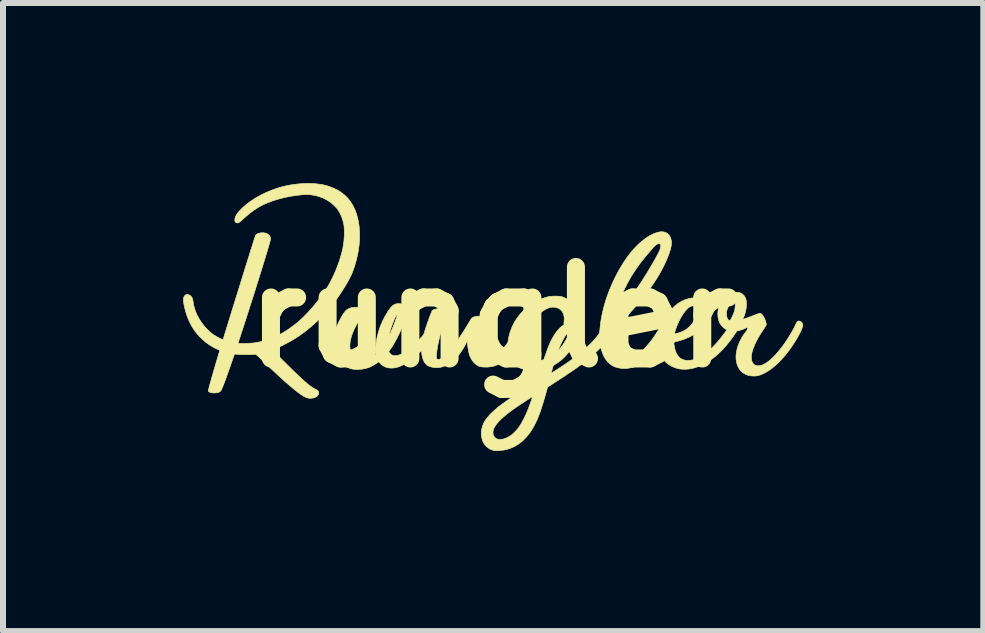
<source format=kicad_pcb>
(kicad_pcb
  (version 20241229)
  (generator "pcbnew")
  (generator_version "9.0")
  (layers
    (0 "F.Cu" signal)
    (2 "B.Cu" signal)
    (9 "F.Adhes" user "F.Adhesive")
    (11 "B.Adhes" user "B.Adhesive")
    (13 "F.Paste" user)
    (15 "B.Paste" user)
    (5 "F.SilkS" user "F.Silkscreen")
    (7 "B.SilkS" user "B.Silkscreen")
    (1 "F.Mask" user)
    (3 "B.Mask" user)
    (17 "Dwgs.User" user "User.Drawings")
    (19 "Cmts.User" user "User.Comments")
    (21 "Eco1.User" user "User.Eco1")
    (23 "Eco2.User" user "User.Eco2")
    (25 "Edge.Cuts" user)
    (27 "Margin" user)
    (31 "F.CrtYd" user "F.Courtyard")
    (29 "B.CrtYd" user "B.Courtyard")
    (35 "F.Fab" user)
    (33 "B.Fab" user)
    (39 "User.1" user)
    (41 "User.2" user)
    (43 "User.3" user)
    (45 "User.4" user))
  (footprint "rungler"
    (layer "F.Cu")
    (at 5.165 2.232)
    (property "Reference" "rungler" (at 0 0 0) (layer "F.SilkS") (effects (font (size 1.524 1.524) (thickness 0.3))))
    (attr through_hole)
    (fp_poly (pts (xy -3.006 -2.225) (xy -2.927 -2.218) (xy -2.853 -2.208) (xy -2.785 -2.192) (xy -2.742 -2.18) (xy -2.665 -2.15) (xy -2.594 -2.116) (xy -2.531 -2.076) (xy -2.473 -2.032) (xy -2.423 -1.982) (xy -2.378 -1.926) (xy -2.34 -1.865) (xy -2.329 -1.845) (xy -2.294 -1.768) (xy -2.267 -1.686) (xy -2.246 -1.599) (xy -2.232 -1.508) (xy -2.225 -1.413) (xy -2.225 -1.313) (xy -2.232 -1.209) (xy -2.242 -1.13) (xy -2.252 -1.072) (xy -2.265 -1.011) (xy -2.28 -0.948) (xy -2.297 -0.886) (xy -2.316 -0.825) (xy -2.336 -0.769) (xy -2.356 -0.719) (xy -2.364 -0.701) (xy -2.385 -0.658) (xy -2.41 -0.61) (xy -2.44 -0.558) (xy -2.472 -0.504) (xy -2.507 -0.449) (xy -2.542 -0.394) (xy -2.578 -0.341) (xy -2.614 -0.291) (xy -2.641 -0.254) (xy -2.729 -0.145) (xy -2.821 -0.042) (xy -2.917 0.055) (xy -3.016 0.146) (xy -3.118 0.23) (xy -3.222 0.306) (xy -3.319 0.369) (xy -3.367 0.398) (xy -3.42 0.426) (xy -3.474 0.454) (xy -3.527 0.481) (xy -3.579 0.505) (xy -3.627 0.525) (xy -3.648 0.534) (xy -3.661 0.539) (xy -3.671 0.544) (xy -3.675 0.547) (xy -3.672 0.551) (xy -3.663 0.56) (xy -3.65 0.574) (xy -3.632 0.592) (xy -3.611 0.614) (xy -3.586 0.638) (xy -3.559 0.666) (xy -3.53 0.695) (xy -3.499 0.726) (xy -3.467 0.757) (xy -3.435 0.789) (xy -3.403 0.82) (xy -3.372 0.851) (xy -3.343 0.88) (xy -3.315 0.907) (xy -3.29 0.931) (xy -3.268 0.952) (xy -3.249 0.97) (xy -3.249 0.97) (xy -3.204 1.012) (xy -3.164 1.049) (xy -3.128 1.081) (xy -3.097 1.108) (xy -3.069 1.131) (xy -3.044 1.15) (xy -3.021 1.166) (xy -3 1.179) (xy -2.98 1.191) (xy -2.97 1.196) (xy -2.952 1.205) (xy -2.935 1.215) (xy -2.923 1.224) (xy -2.919 1.228) (xy -2.911 1.237) (xy -2.907 1.247) (xy -2.906 1.26) (xy -2.906 1.264) (xy -2.908 1.281) (xy -2.914 1.296) (xy -2.925 1.31) (xy -2.938 1.322) (xy -2.96 1.335) (xy -2.988 1.345) (xy -3.018 1.351) (xy -3.05 1.353) (xy -3.074 1.351) (xy -3.095 1.346) (xy -3.116 1.339) (xy -3.138 1.329) (xy -3.162 1.316) (xy -3.189 1.299) (xy -3.219 1.278) (xy -3.253 1.253) (xy -3.292 1.222) (xy -3.33 1.192) (xy -3.366 1.161) (xy -3.409 1.125) (xy -3.456 1.084) (xy -3.507 1.038) (xy -3.562 0.988) (xy -3.62 0.934) (xy -3.681 0.878) (xy -3.743 0.819) (xy -3.807 0.757) (xy -3.846 0.72) (xy -3.874 0.693) (xy -3.897 0.671) (xy -3.915 0.654) (xy -3.929 0.641) (xy -3.94 0.632) (xy -3.948 0.625) (xy -3.954 0.622) (xy -3.958 0.62) (xy -3.963 0.62) (xy -3.967 0.62) (xy -3.981 0.622) (xy -4.003 0.623) (xy -4.03 0.624) (xy -4.061 0.625) (xy -4.094 0.625) (xy -4.127 0.625) (xy -4.16 0.625) (xy -4.19 0.625) (xy -4.216 0.624) (xy -4.235 0.623) (xy -4.257 0.621) (xy -4.276 0.619) (xy -4.291 0.617) (xy -4.3 0.616) (xy -4.302 0.616) (xy -4.305 0.616) (xy -4.309 0.621) (xy -4.314 0.632) (xy -4.32 0.648) (xy -4.326 0.663) (xy -4.331 0.68) (xy -4.339 0.702) (xy -4.349 0.73) (xy -4.36 0.762) (xy -4.372 0.797) (xy -4.384 0.832) (xy -4.392 0.855) (xy -4.417 0.925) (xy -4.439 0.987) (xy -4.458 1.041) (xy -4.476 1.088) (xy -4.492 1.128) (xy -4.505 1.162) (xy -4.517 1.189) (xy -4.527 1.211) (xy -4.536 1.226) (xy -4.543 1.236) (xy -4.543 1.237) (xy -4.558 1.247) (xy -4.578 1.256) (xy -4.603 1.261) (xy -4.63 1.264) (xy -4.658 1.264) (xy -4.685 1.262) (xy -4.709 1.256) (xy -4.729 1.248) (xy -4.74 1.24) (xy -4.743 1.236) (xy -4.744 1.232) (xy -4.745 1.226) (xy -4.743 1.216) (xy -4.74 1.202) (xy -4.735 1.181) (xy -4.733 1.175) (xy -4.726 1.146) (xy -4.716 1.11) (xy -4.704 1.068) (xy -4.691 1.021) (xy -4.677 0.971) (xy -4.662 0.919) (xy -4.646 0.865) (xy -4.63 0.811) (xy -4.615 0.758) (xy -4.6 0.708) (xy -4.599 0.707) (xy -4.589 0.673) (xy -4.58 0.642) (xy -4.572 0.614) (xy -4.565 0.591) (xy -4.559 0.572) (xy -4.556 0.561) (xy -4.555 0.556) (xy -4.559 0.552) (xy -4.568 0.547) (xy -4.575 0.544) (xy -4.587 0.539) (xy -4.604 0.531) (xy -4.624 0.522) (xy -4.644 0.512) (xy -4.714 0.472) (xy -4.782 0.424) (xy -4.845 0.37) (xy -4.905 0.311) (xy -4.958 0.247) (xy -5.005 0.178) (xy -5.014 0.164) (xy -5.031 0.133) (xy -5.05 0.096) (xy -5.069 0.056) (xy -5.086 0.015) (xy -5.101 -0.024) (xy -5.105 -0.036) (xy -5.117 -0.073) (xy -5.128 -0.113) (xy -5.138 -0.153) (xy -5.147 -0.192) (xy -5.154 -0.228) (xy -5.158 -0.261) (xy -5.16 -0.288) (xy -5.16 -0.293) (xy -5.157 -0.321) (xy -5.148 -0.343) (xy -5.135 -0.361) (xy -5.118 -0.372) (xy -5.098 -0.377) (xy -5.076 -0.374) (xy -5.054 -0.364) (xy -5.046 -0.359) (xy -5.026 -0.34) (xy -5.012 -0.316) (xy -5.003 -0.287) (xy -4.999 -0.262) (xy -4.989 -0.198) (xy -4.971 -0.133) (xy -4.946 -0.066) (xy -4.93 -0.031) (xy -4.894 0.035) (xy -4.852 0.098) (xy -4.806 0.158) (xy -4.755 0.212) (xy -4.702 0.261) (xy -4.663 0.291) (xy -4.648 0.301) (xy -4.628 0.312) (xy -4.607 0.325) (xy -4.585 0.337) (xy -4.563 0.348) (xy -4.542 0.359) (xy -4.524 0.367) (xy -4.511 0.372) (xy -4.502 0.375) (xy -4.5 0.374) (xy -4.498 0.369) (xy -4.494 0.357) (xy -4.488 0.34) (xy -4.482 0.32) (xy -4.48 0.313) (xy -4.465 0.263) (xy -4.447 0.206) (xy -4.427 0.142) (xy -4.406 0.071) (xy -4.382 -0.005) (xy -4.357 -0.086) (xy -4.331 -0.172) (xy -4.303 -0.261) (xy -4.274 -0.354) (xy -4.245 -0.449) (xy -4.214 -0.546) (xy -4.184 -0.645) (xy -4.153 -0.744) (xy -4.122 -0.844) (xy -4.091 -0.943) (xy -4.06 -1.041) (xy -4.03 -1.137) (xy -4 -1.232) (xy -3.99 -1.264) (xy -3.982 -1.29) (xy -3.974 -1.315) (xy -3.966 -1.336) (xy -3.961 -1.352) (xy -3.957 -1.361) (xy -3.956 -1.363) (xy -3.945 -1.376) (xy -3.927 -1.388) (xy -3.904 -1.396) (xy -3.877 -1.402) (xy -3.849 -1.405) (xy -3.821 -1.404) (xy -3.794 -1.399) (xy -3.771 -1.392) (xy -3.744 -1.376) (xy -3.725 -1.357) (xy -3.713 -1.333) (xy -3.709 -1.306) (xy -3.71 -1.291) (xy -3.712 -1.281) (xy -3.716 -1.264) (xy -3.723 -1.239) (xy -3.732 -1.207) (xy -3.743 -1.169) (xy -3.756 -1.125) (xy -3.77 -1.075) (xy -3.787 -1.021) (xy -3.805 -0.961) (xy -3.825 -0.897) (xy -3.846 -0.83) (xy -3.868 -0.758) (xy -3.891 -0.684) (xy -3.915 -0.607) (xy -3.94 -0.528) (xy -3.965 -0.447) (xy -3.991 -0.364) (xy -4.018 -0.281) (xy -4.045 -0.197) (xy -4.072 -0.112) (xy -4.099 -0.028) (xy -4.126 0.055) (xy -4.152 0.137) (xy -4.179 0.218) (xy -4.197 0.273) (xy -4.249 0.434) (xy -4.234 0.437) (xy -4.222 0.439) (xy -4.204 0.44) (xy -4.179 0.44) (xy -4.151 0.44) (xy -4.12 0.439) (xy -4.088 0.438) (xy -4.056 0.436) (xy -4.026 0.434) (xy -3.998 0.432) (xy -3.976 0.429) (xy -3.967 0.428) (xy -3.873 0.41) (xy -3.782 0.385) (xy -3.693 0.353) (xy -3.604 0.314) (xy -3.515 0.268) (xy -3.426 0.213) (xy -3.41 0.202) (xy -3.345 0.156) (xy -3.282 0.108) (xy -3.22 0.055) (xy -3.159 -0.002) (xy -3.097 -0.065) (xy -3.033 -0.134) (xy -2.978 -0.199) (xy -2.931 -0.257) (xy -2.883 -0.32) (xy -2.836 -0.385) (xy -2.792 -0.452) (xy -2.751 -0.516) (xy -2.73 -0.552) (xy -2.695 -0.618) (xy -2.66 -0.69) (xy -2.626 -0.766) (xy -2.595 -0.845) (xy -2.566 -0.924) (xy -2.541 -1.003) (xy -2.52 -1.078) (xy -2.504 -1.145) (xy -2.495 -1.199) (xy -2.487 -1.256) (xy -2.482 -1.314) (xy -2.479 -1.371) (xy -2.479 -1.427) (xy -2.481 -1.478) (xy -2.485 -1.524) (xy -2.488 -1.545) (xy -2.504 -1.611) (xy -2.525 -1.673) (xy -2.551 -1.731) (xy -2.582 -1.783) (xy -2.583 -1.785) (xy -2.598 -1.805) (xy -2.619 -1.828) (xy -2.642 -1.852) (xy -2.668 -1.876) (xy -2.692 -1.897) (xy -2.709 -1.911) (xy -2.769 -1.95) (xy -2.833 -1.983) (xy -2.901 -2.008) (xy -2.972 -2.027) (xy -3.045 -2.038) (xy -3.119 -2.041) (xy -3.177 -2.038) (xy -3.283 -2.026) (xy -3.383 -2.011) (xy -3.479 -1.991) (xy -3.572 -1.967) (xy -3.666 -1.938) (xy -3.675 -1.935) (xy -3.757 -1.904) (xy -3.834 -1.87) (xy -3.907 -1.831) (xy -3.977 -1.786) (xy -4.046 -1.736) (xy -4.115 -1.678) (xy -4.165 -1.633) (xy -4.188 -1.611) (xy -4.207 -1.595) (xy -4.222 -1.583) (xy -4.234 -1.575) (xy -4.245 -1.571) (xy -4.256 -1.569) (xy -4.261 -1.569) (xy -4.275 -1.57) (xy -4.285 -1.575) (xy -4.291 -1.58) (xy -4.298 -1.587) (xy -4.301 -1.595) (xy -4.303 -1.606) (xy -4.303 -1.62) (xy -4.3 -1.647) (xy -4.291 -1.675) (xy -4.276 -1.704) (xy -4.255 -1.735) (xy -4.226 -1.769) (xy -4.19 -1.806) (xy -4.19 -1.806) (xy -4.12 -1.869) (xy -4.043 -1.928) (xy -3.959 -1.983) (xy -3.87 -2.033) (xy -3.777 -2.078) (xy -3.679 -2.118) (xy -3.578 -2.153) (xy -3.514 -2.171) (xy -3.43 -2.191) (xy -3.344 -2.206) (xy -3.258 -2.217) (xy -3.172 -2.224) (xy -3.088 -2.227) (xy -3.006 -2.225)) (stroke (width 0.01) (type solid)) (fill yes) (layer "F.SilkS"))
    (fp_poly (pts (xy 2.844 -1.418) (xy 2.877 -1.407) (xy 2.906 -1.39) (xy 2.93 -1.367) (xy 2.945 -1.343) (xy 2.958 -1.313) (xy 2.966 -1.282) (xy 2.97 -1.248) (xy 2.969 -1.211) (xy 2.963 -1.17) (xy 2.952 -1.125) (xy 2.936 -1.074) (xy 2.923 -1.037) (xy 2.885 -0.943) (xy 2.841 -0.848) (xy 2.791 -0.753) (xy 2.735 -0.657) (xy 2.671 -0.559) (xy 2.601 -0.459) (xy 2.524 -0.357) (xy 2.439 -0.253) (xy 2.362 -0.163) (xy 2.338 -0.136) (xy 2.311 -0.106) (xy 2.282 -0.074) (xy 2.251 -0.041) (xy 2.219 -0.007) (xy 2.187 0.026) (xy 2.157 0.058) (xy 2.128 0.087) (xy 2.102 0.114) (xy 2.08 0.136) (xy 2.062 0.153) (xy 2.058 0.157) (xy 2.041 0.172) (xy 2.028 0.186) (xy 2.018 0.2) (xy 2.008 0.217) (xy 2.001 0.231) (xy 1.98 0.273) (xy 1.98 0.347) (xy 1.98 0.387) (xy 1.982 0.42) (xy 1.986 0.449) (xy 1.992 0.477) (xy 2 0.506) (xy 2.005 0.521) (xy 2.024 0.567) (xy 2.047 0.605) (xy 2.075 0.637) (xy 2.107 0.661) (xy 2.143 0.678) (xy 2.184 0.688) (xy 2.218 0.69) (xy 2.263 0.686) (xy 2.309 0.673) (xy 2.355 0.653) (xy 2.403 0.624) (xy 2.453 0.587) (xy 2.503 0.541) (xy 2.554 0.488) (xy 2.606 0.427) (xy 2.657 0.36) (xy 2.677 0.332) (xy 2.699 0.3) (xy 2.713 0.278) (xy 3.02 0.278) (xy 3.021 0.279) (xy 3.025 0.279) (xy 3.036 0.276) (xy 3.05 0.273) (xy 3.051 0.273) (xy 3.112 0.257) (xy 3.167 0.234) (xy 3.217 0.205) (xy 3.261 0.169) (xy 3.28 0.151) (xy 3.311 0.116) (xy 3.336 0.08) (xy 3.356 0.043) (xy 3.373 0.001) (xy 3.385 -0.04) (xy 3.392 -0.072) (xy 3.395 -0.101) (xy 3.394 -0.127) (xy 3.39 -0.147) (xy 3.384 -0.159) (xy 3.367 -0.176) (xy 3.348 -0.186) (xy 3.325 -0.187) (xy 3.299 -0.181) (xy 3.283 -0.174) (xy 3.257 -0.158) (xy 3.23 -0.133) (xy 3.202 -0.103) (xy 3.174 -0.066) (xy 3.146 -0.024) (xy 3.119 0.023) (xy 3.093 0.073) (xy 3.069 0.127) (xy 3.05 0.176) (xy 3.043 0.197) (xy 3.036 0.218) (xy 3.03 0.239) (xy 3.025 0.256) (xy 3.021 0.27) (xy 3.02 0.278) (xy 2.713 0.278) (xy 2.722 0.264) (xy 2.746 0.226) (xy 2.77 0.188) (xy 2.793 0.151) (xy 2.813 0.116) (xy 2.831 0.084) (xy 2.845 0.059) (xy 2.847 0.055) (xy 2.886 -0.016) (xy 2.93 -0.081) (xy 2.977 -0.137) (xy 3.028 -0.187) (xy 3.083 -0.229) (xy 3.141 -0.264) (xy 3.202 -0.291) (xy 3.267 -0.31) (xy 3.281 -0.313) (xy 3.312 -0.318) (xy 3.345 -0.321) (xy 3.379 -0.322) (xy 3.41 -0.321) (xy 3.438 -0.318) (xy 3.451 -0.316) (xy 3.49 -0.301) (xy 3.524 -0.28) (xy 3.552 -0.254) (xy 3.575 -0.222) (xy 3.592 -0.186) (xy 3.602 -0.147) (xy 3.605 -0.104) (xy 3.601 -0.06) (xy 3.601 -0.058) (xy 3.587 -0.003) (xy 3.568 0.048) (xy 3.544 0.094) (xy 3.538 0.104) (xy 3.494 0.161) (xy 3.444 0.213) (xy 3.387 0.26) (xy 3.324 0.302) (xy 3.254 0.339) (xy 3.177 0.371) (xy 3.093 0.397) (xy 3.067 0.404) (xy 3.044 0.41) (xy 3.027 0.415) (xy 3.017 0.421) (xy 3.012 0.428) (xy 3.01 0.439) (xy 3.012 0.455) (xy 3.016 0.477) (xy 3.016 0.479) (xy 3.028 0.535) (xy 3.043 0.583) (xy 3.064 0.624) (xy 3.088 0.658) (xy 3.117 0.685) (xy 3.151 0.705) (xy 3.189 0.717) (xy 3.232 0.723) (xy 3.262 0.722) (xy 3.316 0.715) (xy 3.37 0.7) (xy 3.426 0.676) (xy 3.483 0.644) (xy 3.54 0.604) (xy 3.599 0.555) (xy 3.659 0.499) (xy 3.72 0.433) (xy 3.783 0.36) (xy 3.824 0.307) (xy 3.839 0.287) (xy 3.854 0.267) (xy 3.867 0.25) (xy 3.877 0.237) (xy 3.879 0.234) (xy 3.894 0.212) (xy 3.874 0.202) (xy 3.855 0.19) (xy 3.834 0.173) (xy 3.813 0.151) (xy 3.794 0.128) (xy 3.779 0.106) (xy 3.775 0.097) (xy 3.757 0.052) (xy 3.746 0.004) (xy 3.743 -0.047) (xy 3.743 -0.059) (xy 3.886 -0.059) (xy 3.888 -0.029) (xy 3.893 -0.000153) (xy 3.903 0.025) (xy 3.916 0.044) (xy 3.923 0.05) (xy 3.934 0.058) (xy 3.942 0.058) (xy 3.95 0.051) (xy 3.956 0.043) (xy 3.967 0.024) (xy 3.979 -0.000042) (xy 3.991 -0.026) (xy 4.002 -0.05) (xy 4.01 -0.071) (xy 4.012 -0.076) (xy 4.021 -0.106) (xy 4.027 -0.131) (xy 4.03 -0.155) (xy 4.032 -0.181) (xy 4.032 -0.195) (xy 4.032 -0.216) (xy 4.031 -0.23) (xy 4.03 -0.239) (xy 4.027 -0.245) (xy 4.023 -0.25) (xy 4.022 -0.252) (xy 4.01 -0.26) (xy 4 -0.262) (xy 3.988 -0.259) (xy 3.974 -0.248) (xy 3.959 -0.232) (xy 3.943 -0.212) (xy 3.928 -0.189) (xy 3.914 -0.164) (xy 3.902 -0.138) (xy 3.896 -0.121) (xy 3.888 -0.091) (xy 3.886 -0.059) (xy 3.743 -0.059) (xy 3.745 -0.098) (xy 3.755 -0.15) (xy 3.77 -0.2) (xy 3.792 -0.247) (xy 3.819 -0.292) (xy 3.852 -0.331) (xy 3.87 -0.349) (xy 3.901 -0.374) (xy 3.933 -0.392) (xy 3.968 -0.404) (xy 4.007 -0.411) (xy 4.045 -0.413) (xy 4.067 -0.413) (xy 4.082 -0.412) (xy 4.094 -0.411) (xy 4.104 -0.408) (xy 4.115 -0.403) (xy 4.129 -0.397) (xy 4.158 -0.378) (xy 4.182 -0.355) (xy 4.2 -0.327) (xy 4.212 -0.293) (xy 4.219 -0.253) (xy 4.22 -0.207) (xy 4.216 -0.155) (xy 4.216 -0.155) (xy 4.204 -0.09) (xy 4.186 -0.028) (xy 4.167 0.014) (xy 4.161 0.026) (xy 4.158 0.034) (xy 4.158 0.036) (xy 4.163 0.035) (xy 4.174 0.032) (xy 4.192 0.027) (xy 4.214 0.019) (xy 4.239 0.01) (xy 4.268 -0.000124) (xy 4.298 -0.011) (xy 4.328 -0.023) (xy 4.344 -0.029) (xy 4.37 -0.039) (xy 4.394 -0.048) (xy 4.414 -0.055) (xy 4.429 -0.061) (xy 4.439 -0.063) (xy 4.441 -0.064) (xy 4.457 -0.06) (xy 4.474 -0.047) (xy 4.491 -0.027) (xy 4.509 0.001) (xy 4.519 0.019) (xy 4.527 0.037) (xy 4.535 0.059) (xy 4.542 0.081) (xy 4.547 0.102) (xy 4.55 0.119) (xy 4.551 0.125) (xy 4.549 0.131) (xy 4.542 0.143) (xy 4.533 0.16) (xy 4.52 0.179) (xy 4.507 0.2) (xy 4.46 0.271) (xy 4.42 0.337) (xy 4.386 0.399) (xy 4.358 0.458) (xy 4.336 0.513) (xy 4.318 0.565) (xy 4.311 0.591) (xy 4.303 0.635) (xy 4.301 0.676) (xy 4.304 0.712) (xy 4.313 0.743) (xy 4.327 0.769) (xy 4.346 0.789) (xy 4.37 0.803) (xy 4.397 0.811) (xy 4.429 0.811) (xy 4.454 0.807) (xy 4.492 0.795) (xy 4.531 0.774) (xy 4.573 0.747) (xy 4.617 0.713) (xy 4.662 0.671) (xy 4.708 0.624) (xy 4.754 0.571) (xy 4.801 0.511) (xy 4.849 0.447) (xy 4.896 0.377) (xy 4.935 0.315) (xy 4.961 0.272) (xy 4.984 0.231) (xy 5.006 0.192) (xy 5.024 0.157) (xy 5.037 0.128) (xy 5.04 0.123) (xy 5.05 0.1) (xy 5.06 0.084) (xy 5.069 0.073) (xy 5.079 0.067) (xy 5.085 0.066) (xy 5.103 0.066) (xy 5.121 0.073) (xy 5.138 0.086) (xy 5.151 0.103) (xy 5.157 0.116) (xy 5.159 0.129) (xy 5.158 0.145) (xy 5.153 0.165) (xy 5.144 0.19) (xy 5.131 0.221) (xy 5.119 0.248) (xy 5.074 0.333) (xy 5.022 0.42) (xy 4.963 0.508) (xy 4.898 0.595) (xy 4.865 0.637) (xy 4.815 0.695) (xy 4.763 0.749) (xy 4.71 0.799) (xy 4.657 0.843) (xy 4.604 0.883) (xy 4.551 0.916) (xy 4.5 0.943) (xy 4.451 0.964) (xy 4.409 0.976) (xy 4.375 0.981) (xy 4.336 0.982) (xy 4.296 0.979) (xy 4.259 0.973) (xy 4.243 0.969) (xy 4.199 0.951) (xy 4.16 0.927) (xy 4.126 0.897) (xy 4.098 0.86) (xy 4.075 0.818) (xy 4.059 0.771) (xy 4.049 0.718) (xy 4.047 0.706) (xy 4.045 0.65) (xy 4.051 0.592) (xy 4.063 0.532) (xy 4.082 0.471) (xy 4.107 0.409) (xy 4.138 0.349) (xy 4.16 0.313) (xy 4.172 0.295) (xy 4.185 0.278) (xy 4.196 0.263) (xy 4.199 0.258) (xy 4.219 0.233) (xy 4.232 0.212) (xy 4.238 0.196) (xy 4.237 0.185) (xy 4.23 0.179) (xy 4.224 0.176) (xy 4.216 0.177) (xy 4.206 0.182) (xy 4.191 0.191) (xy 4.175 0.198) (xy 4.154 0.207) (xy 4.13 0.215) (xy 4.105 0.221) (xy 4.083 0.226) (xy 4.08 0.226) (xy 4.067 0.229) (xy 4.059 0.234) (xy 4.053 0.242) (xy 4.053 0.243) (xy 4.048 0.252) (xy 4.039 0.265) (xy 4.028 0.282) (xy 4.018 0.296) (xy 3.955 0.384) (xy 3.892 0.463) (xy 3.829 0.535) (xy 3.765 0.599) (xy 3.7 0.657) (xy 3.633 0.707) (xy 3.564 0.752) (xy 3.508 0.783) (xy 3.445 0.813) (xy 3.386 0.836) (xy 3.327 0.853) (xy 3.269 0.864) (xy 3.209 0.869) (xy 3.183 0.869) (xy 3.138 0.868) (xy 3.095 0.862) (xy 3.053 0.851) (xy 3.018 0.839) (xy 2.967 0.816) (xy 2.919 0.786) (xy 2.875 0.751) (xy 2.837 0.71) (xy 2.804 0.666) (xy 2.777 0.618) (xy 2.758 0.569) (xy 2.752 0.544) (xy 2.748 0.527) (xy 2.745 0.514) (xy 2.743 0.507) (xy 2.742 0.506) (xy 2.739 0.508) (xy 2.732 0.516) (xy 2.722 0.528) (xy 2.713 0.539) (xy 2.698 0.558) (xy 2.677 0.581) (xy 2.653 0.606) (xy 2.628 0.632) (xy 2.602 0.658) (xy 2.576 0.682) (xy 2.553 0.703) (xy 2.534 0.719) (xy 2.529 0.722) (xy 2.477 0.759) (xy 2.423 0.791) (xy 2.37 0.817) (xy 2.318 0.837) (xy 2.293 0.844) (xy 2.257 0.851) (xy 2.216 0.856) (xy 2.175 0.857) (xy 2.138 0.855) (xy 2.08 0.845) (xy 2.029 0.83) (xy 1.982 0.807) (xy 1.941 0.778) (xy 1.904 0.742) (xy 1.871 0.699) (xy 1.846 0.656) (xy 1.834 0.631) (xy 1.823 0.603) (xy 1.812 0.573) (xy 1.803 0.545) (xy 1.797 0.522) (xy 1.797 0.521) (xy 1.794 0.507) (xy 1.755 0.545) (xy 1.688 0.608) (xy 1.617 0.67) (xy 1.542 0.732) (xy 1.461 0.795) (xy 1.42 0.825) (xy 1.4 0.84) (xy 1.374 0.858) (xy 1.343 0.88) (xy 1.307 0.904) (xy 1.269 0.93) (xy 1.228 0.957) (xy 1.186 0.986) (xy 1.143 1.014) (xy 1.101 1.041) (xy 1.061 1.068) (xy 1.023 1.092) (xy 0.99 1.113) (xy 0.907 1.166) (xy 0.881 1.261) (xy 0.868 1.307) (xy 0.854 1.355) (xy 0.839 1.404) (xy 0.825 1.452) (xy 0.81 1.497) (xy 0.797 1.539) (xy 0.785 1.576) (xy 0.777 1.598) (xy 0.74 1.692) (xy 0.7 1.778) (xy 0.657 1.856) (xy 0.611 1.927) (xy 0.561 1.99) (xy 0.509 2.045) (xy 0.475 2.076) (xy 0.42 2.117) (xy 0.365 2.151) (xy 0.308 2.178) (xy 0.248 2.199) (xy 0.183 2.214) (xy 0.122 2.222) (xy 0.086 2.225) (xy 0.057 2.226) (xy 0.031 2.225) (xy 0.006 2.22) (xy 0.005 2.22) (xy -0.033 2.208) (xy -0.071 2.188) (xy -0.106 2.162) (xy -0.13 2.137) (xy -0.143 2.12) (xy -0.156 2.098) (xy -0.169 2.074) (xy -0.179 2.05) (xy -0.184 2.034) (xy -0.195 1.979) (xy -0.197 1.924) (xy -0.002 1.924) (xy -0.001 1.943) (xy 0.000365 1.956) (xy 0.004 1.968) (xy 0.011 1.981) (xy 0.028 2.005) (xy 0.05 2.023) (xy 0.077 2.034) (xy 0.109 2.038) (xy 0.145 2.036) (xy 0.174 2.03) (xy 0.2 2.021) (xy 0.23 2.009) (xy 0.26 1.994) (xy 0.287 1.977) (xy 0.305 1.965) (xy 0.326 1.947) (xy 0.35 1.924) (xy 0.375 1.899) (xy 0.399 1.872) (xy 0.419 1.847) (xy 0.422 1.844) (xy 0.446 1.809) (xy 0.472 1.767) (xy 0.498 1.719) (xy 0.524 1.668) (xy 0.55 1.614) (xy 0.573 1.558) (xy 0.582 1.537) (xy 0.59 1.515) (xy 0.599 1.491) (xy 0.609 1.464) (xy 0.619 1.437) (xy 0.628 1.41) (xy 0.637 1.386) (xy 0.644 1.364) (xy 0.65 1.346) (xy 0.653 1.333) (xy 0.655 1.327) (xy 0.655 1.326) (xy 0.651 1.328) (xy 0.641 1.334) (xy 0.626 1.344) (xy 0.606 1.356) (xy 0.582 1.371) (xy 0.556 1.388) (xy 0.528 1.407) (xy 0.499 1.426) (xy 0.47 1.445) (xy 0.441 1.464) (xy 0.414 1.482) (xy 0.389 1.499) (xy 0.368 1.514) (xy 0.35 1.526) (xy 0.347 1.528) (xy 0.282 1.575) (xy 0.223 1.621) (xy 0.171 1.665) (xy 0.125 1.707) (xy 0.087 1.746) (xy 0.056 1.783) (xy 0.032 1.818) (xy 0.031 1.819) (xy 0.017 1.845) (xy 0.007 1.867) (xy 0.001 1.887) (xy -0.002 1.907) (xy -0.002 1.924) (xy -0.197 1.924) (xy -0.197 1.923) (xy -0.191 1.867) (xy -0.176 1.812) (xy -0.156 1.763) (xy -0.134 1.725) (xy -0.105 1.684) (xy -0.069 1.641) (xy -0.025 1.596) (xy 0.024 1.55) (xy 0.079 1.503) (xy 0.14 1.456) (xy 0.142 1.455) (xy 0.166 1.437) (xy 0.19 1.42) (xy 0.213 1.403) (xy 0.238 1.386) (xy 0.264 1.369) (xy 0.292 1.35) (xy 0.323 1.33) (xy 0.357 1.308) (xy 0.396 1.284) (xy 0.44 1.257) (xy 0.49 1.226) (xy 0.546 1.192) (xy 0.561 1.183) (xy 0.734 1.077) (xy 0.763 0.978) (xy 0.771 0.951) (xy 0.778 0.926) (xy 0.783 0.905) (xy 0.788 0.89) (xy 0.79 0.88) (xy 0.79 0.878) (xy 0.786 0.878) (xy 0.775 0.879) (xy 0.766 0.881) (xy 0.751 0.884) (xy 0.729 0.885) (xy 0.7 0.886) (xy 0.665 0.887) (xy 0.66 0.887) (xy 0.628 0.886) (xy 0.603 0.886) (xy 0.582 0.884) (xy 0.564 0.882) (xy 0.548 0.88) (xy 0.538 0.878) (xy 0.481 0.862) (xy 0.43 0.84) (xy 0.384 0.813) (xy 0.344 0.781) (xy 0.311 0.744) (xy 0.285 0.703) (xy 0.278 0.69) (xy 0.272 0.676) (xy 0.267 0.666) (xy 0.264 0.661) (xy 0.264 0.661) (xy 0.261 0.663) (xy 0.252 0.67) (xy 0.24 0.68) (xy 0.225 0.693) (xy 0.225 0.693) (xy 0.174 0.735) (xy 0.123 0.769) (xy 0.072 0.795) (xy 0.019 0.815) (xy -0.035 0.827) (xy -0.093 0.833) (xy -0.144 0.833) (xy -0.176 0.831) (xy -0.203 0.828) (xy -0.225 0.822) (xy -0.245 0.814) (xy -0.266 0.803) (xy -0.272 0.799) (xy -0.305 0.773) (xy -0.335 0.741) (xy -0.361 0.703) (xy -0.382 0.662) (xy -0.389 0.646) (xy -0.401 0.607) (xy -0.411 0.563) (xy -0.419 0.516) (xy -0.425 0.469) (xy -0.428 0.425) (xy -0.428 0.419) (xy -0.428 0.392) (xy -0.458 0.451) (xy -0.501 0.527) (xy -0.546 0.595) (xy -0.593 0.655) (xy -0.642 0.707) (xy -0.693 0.751) (xy -0.746 0.786) (xy -0.802 0.813) (xy -0.86 0.833) (xy -0.866 0.834) (xy -0.907 0.841) (xy -0.95 0.842) (xy -0.993 0.839) (xy -1.034 0.83) (xy -1.071 0.817) (xy -1.101 0.8) (xy -1.124 0.78) (xy -1.145 0.752) (xy -1.162 0.719) (xy -1.175 0.681) (xy -1.185 0.639) (xy -1.188 0.614) (xy -1.189 0.597) (xy -1.191 0.582) (xy -1.192 0.572) (xy -1.194 0.559) (xy -1.246 0.607) (xy -1.303 0.659) (xy -1.357 0.703) (xy -1.409 0.742) (xy -1.46 0.774) (xy -1.509 0.801) (xy -1.553 0.821) (xy -1.602 0.838) (xy -1.651 0.847) (xy -1.698 0.85) (xy -1.744 0.846) (xy -1.786 0.835) (xy -1.825 0.817) (xy -1.86 0.793) (xy -1.89 0.763) (xy -1.895 0.757) (xy -1.904 0.745) (xy -1.946 0.773) (xy -2.004 0.808) (xy -2.061 0.836) (xy -2.12 0.855) (xy -2.182 0.867) (xy -2.246 0.871) (xy -2.278 0.871) (xy -2.304 0.87) (xy -2.324 0.869) (xy -2.34 0.867) (xy -2.354 0.864) (xy -2.369 0.861) (xy -2.383 0.856) (xy -2.435 0.835) (xy -2.482 0.806) (xy -2.525 0.771) (xy -2.562 0.73) (xy -2.594 0.683) (xy -2.62 0.631) (xy -2.628 0.609) (xy -2.64 0.573) (xy -2.648 0.538) (xy -2.653 0.503) (xy -2.655 0.464) (xy -2.656 0.432) (xy -2.653 0.364) (xy -2.645 0.299) (xy -2.63 0.235) (xy -2.612 0.175) (xy -2.6 0.144) (xy -2.584 0.11) (xy -2.566 0.072) (xy -2.547 0.034) (xy -2.526 -0.003) (xy -2.506 -0.037) (xy -2.486 -0.067) (xy -2.469 -0.092) (xy -2.466 -0.095) (xy -2.44 -0.12) (xy -2.408 -0.14) (xy -2.37 -0.154) (xy -2.326 -0.162) (xy -2.302 -0.164) (xy -2.259 -0.164) (xy -2.222 -0.159) (xy -2.19 -0.149) (xy -2.166 -0.135) (xy -2.153 -0.123) (xy -2.147 -0.114) (xy -2.143 -0.106) (xy -2.143 -0.096) (xy -2.146 -0.085) (xy -2.154 -0.07) (xy -2.166 -0.051) (xy -2.182 -0.027) (xy -2.233 0.052) (xy -2.276 0.128) (xy -2.313 0.199) (xy -2.342 0.267) (xy -2.364 0.332) (xy -2.379 0.393) (xy -2.386 0.452) (xy -2.387 0.485) (xy -2.384 0.531) (xy -2.374 0.574) (xy -2.359 0.614) (xy -2.338 0.65) (xy -2.312 0.68) (xy -2.283 0.706) (xy -2.249 0.724) (xy -2.213 0.736) (xy -2.185 0.74) (xy -2.146 0.739) (xy -2.108 0.732) (xy -2.07 0.717) (xy -2.031 0.696) (xy -1.99 0.666) (xy -1.972 0.651) (xy -1.96 0.641) (xy -1.953 0.633) (xy -1.95 0.627) (xy -1.951 0.62) (xy -1.952 0.615) (xy -1.954 0.601) (xy -1.955 0.58) (xy -1.956 0.555) (xy -1.955 0.527) (xy -1.954 0.497) (xy -1.953 0.468) (xy -1.951 0.442) (xy -1.95 0.434) (xy -1.935 0.343) (xy -1.928 0.318) (xy -1.738 0.318) (xy -1.735 0.314) (xy -1.73 0.304) (xy -1.723 0.29) (xy -1.716 0.276) (xy -1.705 0.252) (xy -1.693 0.224) (xy -1.68 0.194) (xy -1.667 0.161) (xy -1.654 0.128) (xy -1.642 0.095) (xy -1.63 0.064) (xy -1.62 0.036) (xy -1.611 0.011) (xy -1.605 -0.009) (xy -1.601 -0.024) (xy -1.6 -0.03) (xy -1.601 -0.038) (xy -1.605 -0.038) (xy -1.611 -0.032) (xy -1.618 -0.02) (xy -1.627 -0.003) (xy -1.638 0.019) (xy -1.649 0.045) (xy -1.661 0.073) (xy -1.673 0.105) (xy -1.685 0.138) (xy -1.697 0.172) (xy -1.708 0.206) (xy -1.718 0.24) (xy -1.727 0.27) (xy -1.731 0.289) (xy -1.735 0.304) (xy -1.737 0.314) (xy -1.738 0.318) (xy -1.928 0.318) (xy -1.912 0.251) (xy -1.882 0.16) (xy -1.844 0.071) (xy -1.8 -0.016) (xy -1.749 -0.099) (xy -1.726 -0.132) (xy -1.7 -0.165) (xy -1.674 -0.191) (xy -1.646 -0.209) (xy -1.617 -0.22) (xy -1.585 -0.224) (xy -1.575 -0.224) (xy -1.541 -0.221) (xy -1.511 -0.21) (xy -1.485 -0.193) (xy -1.482 -0.189) (xy -1.461 -0.164) (xy -1.447 -0.133) (xy -1.44 -0.1) (xy -1.44 -0.065) (xy -1.443 -0.048) (xy -1.448 -0.031) (xy -1.455 -0.008) (xy -1.463 0.019) (xy -1.473 0.05) (xy -1.484 0.081) (xy -1.495 0.111) (xy -1.505 0.139) (xy -1.511 0.155) (xy -1.538 0.219) (xy -1.568 0.283) (xy -1.599 0.346) (xy -1.631 0.405) (xy -1.663 0.46) (xy -1.694 0.51) (xy -1.725 0.553) (xy -1.726 0.554) (xy -1.733 0.564) (xy -1.736 0.573) (xy -1.735 0.581) (xy -1.73 0.591) (xy -1.719 0.605) (xy -1.716 0.608) (xy -1.697 0.626) (xy -1.672 0.637) (xy -1.643 0.643) (xy -1.611 0.642) (xy -1.576 0.635) (xy -1.539 0.622) (xy -1.521 0.613) (xy -1.479 0.589) (xy -1.433 0.558) (xy -1.386 0.521) (xy -1.337 0.479) (xy -1.288 0.433) (xy -1.239 0.383) (xy -1.191 0.33) (xy -1.189 0.328) (xy -1.174 0.31) (xy -1.163 0.297) (xy -1.156 0.286) (xy -1.151 0.276) (xy -1.147 0.264) (xy -1.143 0.25) (xy -1.137 0.226) (xy -1.128 0.198) (xy -1.118 0.166) (xy -1.106 0.132) (xy -1.094 0.096) (xy -1.081 0.06) (xy -1.068 0.024) (xy -1.056 -0.01) (xy -1.044 -0.04) (xy -1.033 -0.067) (xy -1.024 -0.088) (xy -1.017 -0.103) (xy -1.014 -0.108) (xy -1.005 -0.116) (xy -0.989 -0.124) (xy -0.966 -0.131) (xy -0.94 -0.137) (xy -0.91 -0.143) (xy -0.877 -0.147) (xy -0.845 -0.149) (xy -0.823 -0.15) (xy -0.801 -0.15) (xy -0.785 -0.149) (xy -0.773 -0.148) (xy -0.764 -0.145) (xy -0.754 -0.141) (xy -0.752 -0.14) (xy -0.736 -0.131) (xy -0.727 -0.123) (xy -0.725 -0.113) (xy -0.73 -0.101) (xy -0.736 -0.09) (xy -0.761 -0.042) (xy -0.787 0.014) (xy -0.812 0.075) (xy -0.836 0.142) (xy -0.858 0.213) (xy -0.88 0.288) (xy -0.899 0.364) (xy -0.916 0.441) (xy -0.918 0.451) (xy -0.927 0.498) (xy -0.934 0.542) (xy -0.939 0.582) (xy -0.943 0.617) (xy -0.944 0.648) (xy -0.944 0.672) (xy -0.941 0.689) (xy -0.937 0.698) (xy -0.927 0.705) (xy -0.912 0.707) (xy -0.894 0.703) (xy -0.883 0.699) (xy -0.858 0.685) (xy -0.831 0.664) (xy -0.8 0.637) (xy -0.767 0.603) (xy -0.731 0.563) (xy -0.694 0.519) (xy -0.654 0.469) (xy -0.614 0.415) (xy -0.573 0.358) (xy -0.531 0.297) (xy -0.49 0.233) (xy -0.448 0.166) (xy -0.409 0.101) (xy -0.395 0.078) (xy -0.382 0.056) (xy -0.37 0.038) (xy -0.361 0.025) (xy -0.355 0.017) (xy -0.34 0.006) (xy -0.32 -0.003) (xy -0.296 -0.01) (xy -0.265 -0.014) (xy -0.231 -0.016) (xy -0.187 -0.016) (xy -0.149 -0.013) (xy -0.115 -0.007) (xy -0.082 0.003) (xy -0.08 0.004) (xy -0.063 0.012) (xy -0.048 0.023) (xy -0.038 0.034) (xy -0.034 0.044) (xy -0.034 0.045) (xy -0.035 0.051) (xy -0.04 0.063) (xy -0.046 0.08) (xy -0.054 0.1) (xy -0.057 0.107) (xy -0.078 0.163) (xy -0.097 0.218) (xy -0.113 0.273) (xy -0.126 0.326) (xy -0.135 0.377) (xy -0.142 0.424) (xy -0.145 0.466) (xy -0.145 0.504) (xy -0.14 0.534) (xy -0.138 0.542) (xy -0.128 0.57) (xy -0.114 0.592) (xy -0.097 0.608) (xy -0.088 0.614) (xy -0.066 0.62) (xy -0.04 0.622) (xy -0.01 0.621) (xy 0.021 0.615) (xy 0.051 0.607) (xy 0.078 0.595) (xy 0.097 0.583) (xy 0.119 0.566) (xy 0.143 0.544) (xy 0.168 0.519) (xy 0.183 0.502) (xy 0.512 0.502) (xy 0.513 0.53) (xy 0.516 0.554) (xy 0.52 0.574) (xy 0.523 0.581) (xy 0.54 0.62) (xy 0.562 0.654) (xy 0.588 0.683) (xy 0.617 0.705) (xy 0.649 0.72) (xy 0.663 0.724) (xy 0.678 0.726) (xy 0.699 0.727) (xy 0.723 0.727) (xy 0.749 0.727) (xy 0.774 0.725) (xy 0.795 0.722) (xy 0.796 0.721) (xy 0.813 0.718) (xy 0.828 0.715) (xy 0.837 0.712) (xy 0.838 0.711) (xy 0.844 0.705) (xy 0.849 0.694) (xy 0.851 0.689) (xy 0.855 0.675) (xy 0.862 0.655) (xy 0.871 0.63) (xy 0.881 0.602) (xy 0.891 0.573) (xy 0.898 0.553) (xy 1.084 0.553) (xy 1.086 0.552) (xy 1.093 0.545) (xy 1.103 0.534) (xy 1.115 0.521) (xy 1.127 0.507) (xy 1.132 0.501) (xy 1.15 0.478) (xy 1.169 0.45) (xy 1.189 0.419) (xy 1.209 0.385) (xy 1.228 0.351) (xy 1.246 0.318) (xy 1.261 0.286) (xy 1.273 0.258) (xy 1.282 0.234) (xy 1.285 0.224) (xy 1.288 0.21) (xy 1.274 0.222) (xy 1.262 0.235) (xy 1.247 0.253) (xy 1.23 0.274) (xy 1.214 0.296) (xy 1.199 0.317) (xy 1.19 0.331) (xy 1.181 0.347) (xy 1.17 0.367) (xy 1.158 0.391) (xy 1.145 0.417) (xy 1.132 0.443) (xy 1.119 0.47) (xy 1.108 0.494) (xy 1.098 0.516) (xy 1.09 0.534) (xy 1.085 0.547) (xy 1.084 0.553) (xy 0.898 0.553) (xy 0.902 0.544) (xy 0.912 0.517) (xy 0.92 0.494) (xy 0.928 0.476) (xy 0.929 0.472) (xy 0.957 0.411) (xy 0.986 0.353) (xy 1.017 0.301) (xy 1.049 0.253) (xy 1.082 0.212) (xy 1.115 0.177) (xy 1.147 0.15) (xy 1.167 0.137) (xy 1.18 0.129) (xy 1.185 0.123) (xy 1.183 0.119) (xy 1.181 0.118) (xy 1.179 0.114) (xy 1.179 0.103) (xy 1.18 0.084) (xy 1.182 0.069) (xy 1.184 0.022) (xy 1.18 -0.019) (xy 1.169 -0.056) (xy 1.152 -0.089) (xy 1.14 -0.105) (xy 1.118 -0.127) (xy 1.092 -0.144) (xy 1.06 -0.156) (xy 1.022 -0.164) (xy 1.012 -0.165) (xy 0.981 -0.166) (xy 0.949 -0.161) (xy 0.915 -0.149) (xy 0.88 -0.133) (xy 0.826 -0.1) (xy 0.772 -0.06) (xy 0.722 -0.014) (xy 0.676 0.036) (xy 0.636 0.089) (xy 0.618 0.119) (xy 0.581 0.189) (xy 0.552 0.262) (xy 0.531 0.337) (xy 0.518 0.415) (xy 0.517 0.428) (xy 0.514 0.468) (xy 0.512 0.502) (xy 0.183 0.502) (xy 0.193 0.491) (xy 0.212 0.469) (xy 0.226 0.45) (xy 0.236 0.436) (xy 0.243 0.425) (xy 0.246 0.416) (xy 0.248 0.407) (xy 0.263 0.322) (xy 0.286 0.24) (xy 0.317 0.16) (xy 0.355 0.084) (xy 0.401 0.013) (xy 0.454 -0.055) (xy 0.511 -0.115) (xy 0.577 -0.173) (xy 0.645 -0.223) (xy 0.717 -0.266) (xy 0.791 -0.3) (xy 0.867 -0.326) (xy 0.919 -0.339) (xy 0.947 -0.344) (xy 0.98 -0.347) (xy 1.015 -0.349) (xy 1.05 -0.349) (xy 1.084 -0.348) (xy 1.114 -0.346) (xy 1.137 -0.342) (xy 1.18 -0.327) (xy 1.221 -0.306) (xy 1.256 -0.281) (xy 1.285 -0.251) (xy 1.296 -0.237) (xy 1.32 -0.194) (xy 1.336 -0.148) (xy 1.345 -0.1) (xy 1.346 -0.061) (xy 1.343 -0.034) (xy 1.337 -0.01) (xy 1.326 0.012) (xy 1.311 0.034) (xy 1.289 0.057) (xy 1.261 0.083) (xy 1.257 0.086) (xy 1.234 0.105) (xy 1.259 0.099) (xy 1.286 0.095) (xy 1.313 0.093) (xy 1.338 0.095) (xy 1.358 0.1) (xy 1.361 0.101) (xy 1.381 0.113) (xy 1.395 0.129) (xy 1.406 0.151) (xy 1.413 0.179) (xy 1.416 0.213) (xy 1.416 0.231) (xy 1.416 0.253) (xy 1.415 0.27) (xy 1.413 0.285) (xy 1.409 0.3) (xy 1.404 0.319) (xy 1.399 0.332) (xy 1.374 0.398) (xy 1.341 0.463) (xy 1.301 0.528) (xy 1.255 0.591) (xy 1.203 0.65) (xy 1.178 0.676) (xy 1.141 0.71) (xy 1.102 0.741) (xy 1.058 0.771) (xy 1.041 0.782) (xy 1.027 0.791) (xy 1.017 0.798) (xy 1.009 0.804) (xy 1.003 0.812) (xy 0.998 0.821) (xy 0.993 0.834) (xy 0.988 0.852) (xy 0.982 0.876) (xy 0.978 0.89) (xy 0.973 0.908) (xy 0.97 0.923) (xy 0.968 0.933) (xy 0.967 0.936) (xy 0.972 0.933) (xy 0.982 0.927) (xy 0.997 0.917) (xy 1.017 0.904) (xy 1.04 0.889) (xy 1.066 0.873) (xy 1.093 0.855) (xy 1.121 0.837) (xy 1.149 0.818) (xy 1.175 0.801) (xy 1.2 0.785) (xy 1.213 0.776) (xy 1.303 0.713) (xy 1.387 0.651) (xy 1.464 0.59) (xy 1.48 0.577) (xy 1.516 0.546) (xy 1.555 0.51) (xy 1.593 0.473) (xy 1.631 0.434) (xy 1.668 0.396) (xy 1.701 0.358) (xy 1.73 0.324) (xy 1.754 0.292) (xy 1.76 0.284) (xy 1.765 0.275) (xy 1.769 0.267) (xy 1.772 0.258) (xy 1.774 0.245) (xy 1.776 0.227) (xy 1.778 0.207) (xy 1.791 0.087) (xy 1.812 -0.031) (xy 2.033 -0.031) (xy 2.034 -0.031) (xy 2.04 -0.035) (xy 2.05 -0.045) (xy 2.057 -0.052) (xy 2.144 -0.149) (xy 2.231 -0.255) (xy 2.318 -0.368) (xy 2.404 -0.49) (xy 2.49 -0.619) (xy 2.575 -0.755) (xy 2.659 -0.898) (xy 2.693 -0.957) (xy 2.716 -0.998) (xy 2.734 -1.033) (xy 2.75 -1.062) (xy 2.762 -1.086) (xy 2.771 -1.106) (xy 2.778 -1.123) (xy 2.783 -1.138) (xy 2.786 -1.151) (xy 2.788 -1.164) (xy 2.789 -1.173) (xy 2.79 -1.19) (xy 2.789 -1.201) (xy 2.787 -1.208) (xy 2.783 -1.214) (xy 2.782 -1.214) (xy 2.769 -1.222) (xy 2.752 -1.222) (xy 2.733 -1.215) (xy 2.711 -1.201) (xy 2.687 -1.18) (xy 2.684 -1.177) (xy 2.672 -1.165) (xy 2.656 -1.147) (xy 2.637 -1.125) (xy 2.615 -1.099) (xy 2.591 -1.07) (xy 2.565 -1.04) (xy 2.54 -1.01) (xy 2.515 -0.979) (xy 2.492 -0.951) (xy 2.471 -0.924) (xy 2.453 -0.901) (xy 2.442 -0.887) (xy 2.371 -0.787) (xy 2.304 -0.683) (xy 2.243 -0.576) (xy 2.188 -0.467) (xy 2.139 -0.358) (xy 2.097 -0.249) (xy 2.062 -0.141) (xy 2.051 -0.102) (xy 2.045 -0.08) (xy 2.04 -0.061) (xy 2.036 -0.047) (xy 2.034 -0.038) (xy 2.034 -0.037) (xy 2.033 -0.031) (xy 1.812 -0.031) (xy 1.812 -0.032) (xy 1.839 -0.152) (xy 1.874 -0.273) (xy 1.894 -0.333) (xy 1.934 -0.441) (xy 1.979 -0.548) (xy 2.028 -0.653) (xy 2.08 -0.754) (xy 2.136 -0.85) (xy 2.193 -0.941) (xy 2.253 -1.025) (xy 2.264 -1.039) (xy 2.32 -1.108) (xy 2.378 -1.172) (xy 2.436 -1.228) (xy 2.495 -1.278) (xy 2.553 -1.322) (xy 2.611 -1.358) (xy 2.668 -1.386) (xy 2.724 -1.407) (xy 2.77 -1.418) (xy 2.808 -1.422) (xy 2.844 -1.418)) (stroke (width 0.01) (type solid)) (fill yes) (layer "F.SilkS")))
  (gr_rect
    (start -3 -3)
    (end 13.33 7.463)
    (stroke (width 0.1) (type default))
    (fill no)
    (layer "Edge.Cuts")))
</source>
